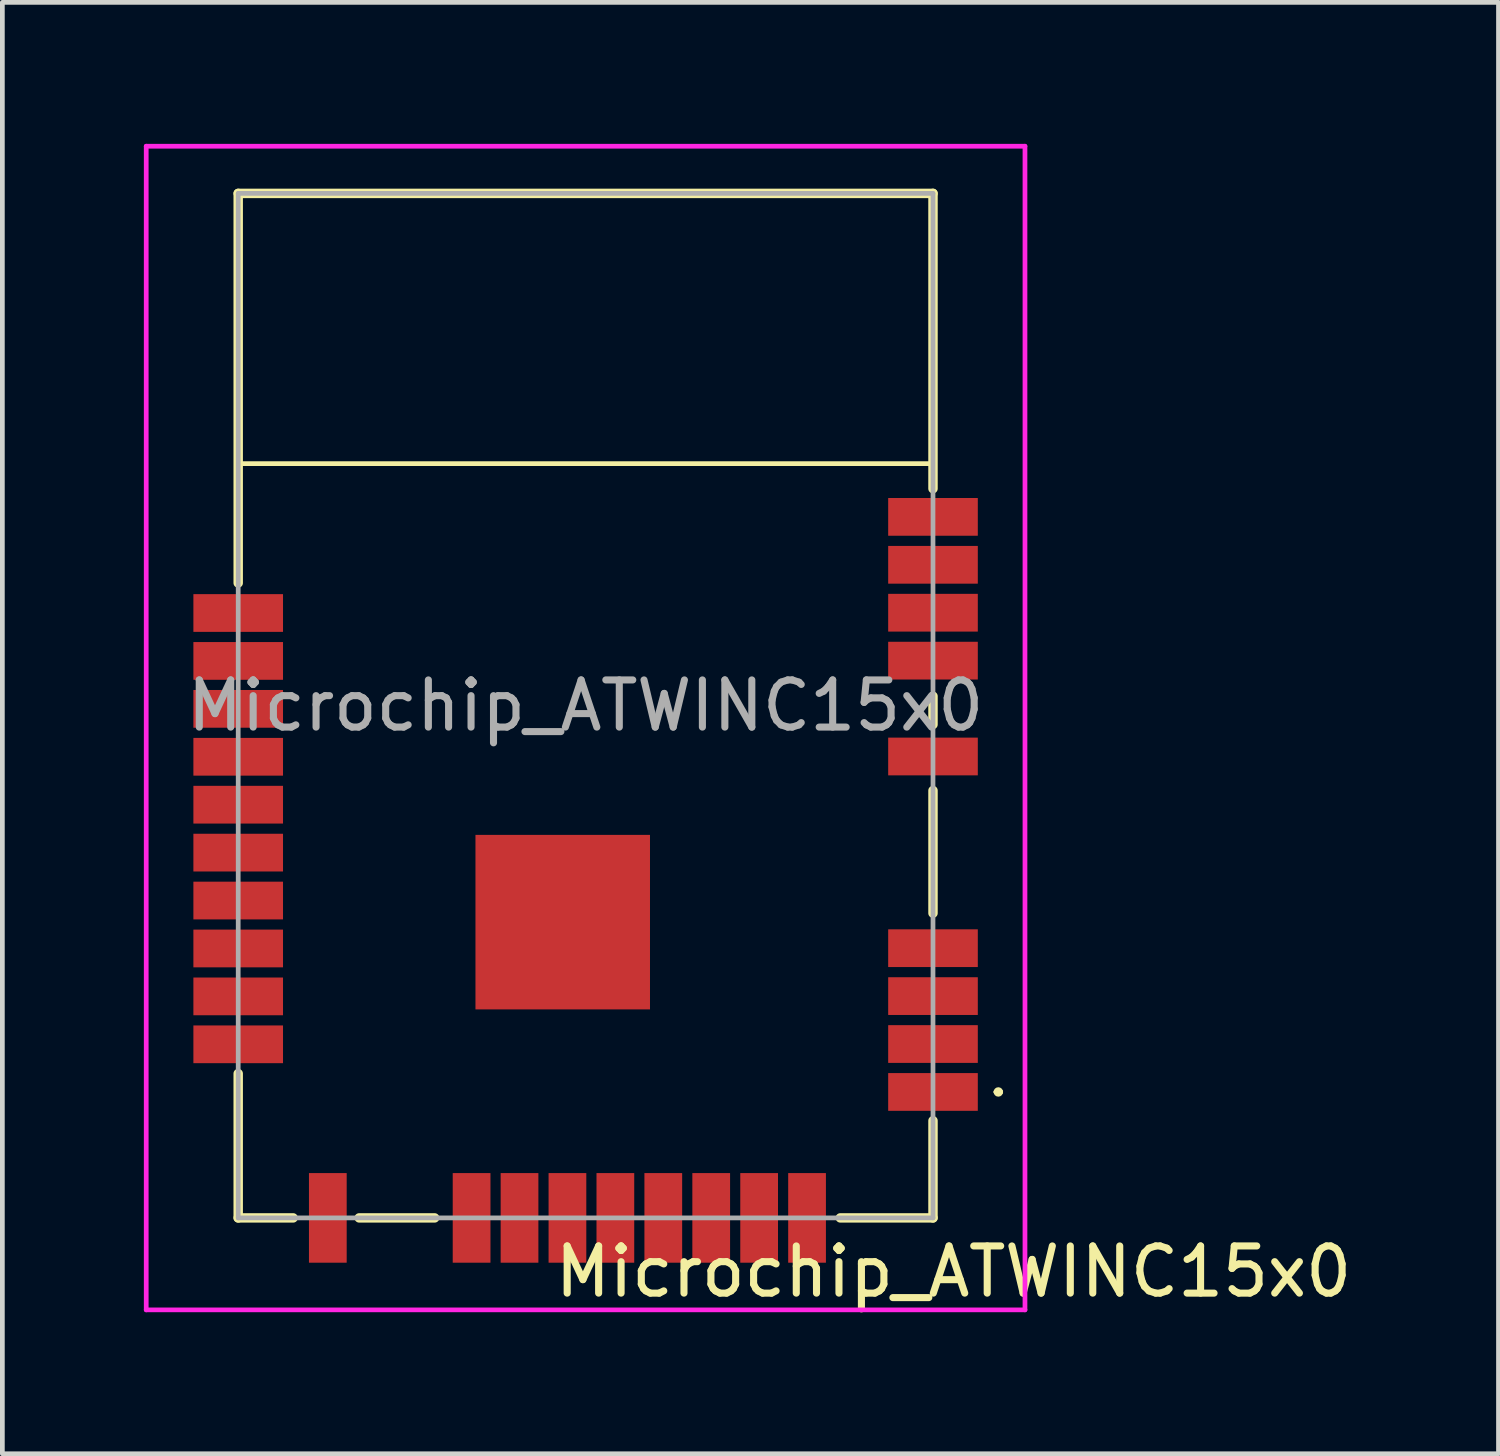
<source format=kicad_pcb>
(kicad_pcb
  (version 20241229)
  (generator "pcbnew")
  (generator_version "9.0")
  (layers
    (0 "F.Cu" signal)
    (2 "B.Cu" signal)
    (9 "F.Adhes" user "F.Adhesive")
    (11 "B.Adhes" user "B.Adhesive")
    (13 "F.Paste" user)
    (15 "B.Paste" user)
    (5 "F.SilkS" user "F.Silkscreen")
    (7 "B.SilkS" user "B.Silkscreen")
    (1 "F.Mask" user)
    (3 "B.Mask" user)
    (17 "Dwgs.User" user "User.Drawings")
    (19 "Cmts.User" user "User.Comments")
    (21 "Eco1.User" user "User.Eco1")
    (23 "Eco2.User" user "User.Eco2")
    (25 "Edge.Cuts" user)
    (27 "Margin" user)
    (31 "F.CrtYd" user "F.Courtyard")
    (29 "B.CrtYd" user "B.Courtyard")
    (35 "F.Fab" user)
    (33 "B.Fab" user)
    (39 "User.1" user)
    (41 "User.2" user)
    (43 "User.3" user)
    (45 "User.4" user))
  (footprint "Microchip_ATWINC15x0"
    (layer "F.Cu")
    (at 9.365 11.91)
    (property "Reference" "Microchip_ATWINC15x0" (at 7.8 12 0) (unlocked yes) (layer "F.SilkS") (effects (font (size 1 1) (thickness 0.15))))
    (attr smd)
    (fp_line (start -7.365 -10.86) (end 7.365 -10.86) (stroke (width 0.2) (type solid)) (layer "F.SilkS"))
    (fp_line (start -7.365 -2.6) (end -7.365 -10.86) (stroke (width 0.2) (type solid)) (layer "F.SilkS"))
    (fp_line (start -7.365 7.8) (end -7.365 10.86) (stroke (width 0.2) (type solid)) (layer "F.SilkS"))
    (fp_line (start -7.365 10.86) (end -6.2 10.86) (stroke (width 0.2) (type solid)) (layer "F.SilkS"))
    (fp_line (start -4.8 10.86) (end -3.2 10.86) (stroke (width 0.2) (type solid)) (layer "F.SilkS"))
    (fp_line (start 7.365 -10.86) (end 7.365 -4.6) (stroke (width 0.2) (type solid)) (layer "F.SilkS"))
    (fp_line (start 7.365 -0.2) (end 7.365 0.4) (stroke (width 0.2) (type solid)) (layer "F.SilkS"))
    (fp_line (start 7.365 1.8) (end 7.365 4.4) (stroke (width 0.2) (type solid)) (layer "F.SilkS"))
    (fp_line (start 7.365 8.8) (end 7.365 10.86) (stroke (width 0.2) (type solid)) (layer "F.SilkS"))
    (fp_line (start 7.365 10.86) (end 5.4 10.86) (stroke (width 0.2) (type solid)) (layer "F.SilkS"))
    (fp_line (start 7.366 -5.131) (end -7.366 -5.131) (stroke (width 0.1) (type default)) (layer "F.SilkS"))
    (fp_line (start 8.7 8.19) (end 8.7 8.19) (stroke (width 0.1) (type solid)) (layer "F.SilkS"))
    (fp_line (start 8.8 8.19) (end 8.8 8.19) (stroke (width 0.1) (type solid)) (layer "F.SilkS"))
    (fp_arc (start 8.7 8.19) (mid 8.75 8.14) (end 8.8 8.19) (stroke (width 0.1) (type solid)) (layer "F.SilkS"))
    (fp_arc (start 8.8 8.19) (mid 8.75 8.24) (end 8.7 8.19) (stroke (width 0.1) (type solid)) (layer "F.SilkS"))
    (fp_line (start -9.315 -11.86) (end 9.315 -11.86) (stroke (width 0.1) (type solid)) (layer "F.CrtYd"))
    (fp_line (start -9.315 12.81) (end -9.315 -11.86) (stroke (width 0.1) (type solid)) (layer "F.CrtYd"))
    (fp_line (start 9.315 -11.86) (end 9.315 12.81) (stroke (width 0.1) (type solid)) (layer "F.CrtYd"))
    (fp_line (start 9.315 12.81) (end -9.315 12.81) (stroke (width 0.1) (type solid)) (layer "F.CrtYd"))
    (fp_line (start -7.365 -10.86) (end -7.365 10.86) (stroke (width 0.1) (type solid)) (layer "F.Fab"))
    (fp_line (start -7.365 10.86) (end 7.365 10.86) (stroke (width 0.1) (type solid)) (layer "F.Fab"))
    (fp_line (start 7.365 -10.86) (end -7.365 -10.86) (stroke (width 0.1) (type solid)) (layer "F.Fab"))
    (fp_line (start 7.365 10.86) (end 7.365 -10.86) (stroke (width 0.1) (type solid)) (layer "F.Fab"))
    (fp_text user "${REFERENCE}" (at 0 0 0) (unlocked yes) (layer "F.Fab") (effects (font (size 1 1) (thickness 0.15))))
    (pad "1" smd rect (at 7.365 8.19 90) (size 0.8 1.9) (layers "F.Cu" "F.Mask" "F.Paste"))
    (pad "2" smd rect (at 7.365 7.174 90) (size 0.8 1.9) (layers "F.Cu" "F.Mask" "F.Paste"))
    (pad "3" smd rect (at 7.365 6.158 90) (size 0.8 1.9) (layers "F.Cu" "F.Mask" "F.Paste"))
    (pad "4" smd rect (at 7.365 5.142 90) (size 0.8 1.9) (layers "F.Cu" "F.Mask" "F.Paste"))
    (pad "5" smd rect (at 7.365 1.078 90) (size 0.8 1.9) (layers "F.Cu" "F.Mask" "F.Paste"))
    (pad "6" smd rect (at 7.365 -0.954 90) (size 0.8 1.9) (layers "F.Cu" "F.Mask" "F.Paste"))
    (pad "7" smd rect (at 7.365 -1.97 90) (size 0.8 1.9) (layers "F.Cu" "F.Mask" "F.Paste"))
    (pad "8" smd rect (at 7.365 -2.986 90) (size 0.8 1.9) (layers "F.Cu" "F.Mask" "F.Paste"))
    (pad "9" smd rect (at 7.365 -4.002 90) (size 0.8 1.9) (layers "F.Cu" "F.Mask" "F.Paste"))
    (pad "10" smd rect (at -7.365 -1.964 90) (size 0.8 1.9) (layers "F.Cu" "F.Mask" "F.Paste"))
    (pad "11" smd rect (at -7.365 -0.948 90) (size 0.8 1.9) (layers "F.Cu" "F.Mask" "F.Paste"))
    (pad "12" smd rect (at -7.365 0.068 90) (size 0.8 1.9) (layers "F.Cu" "F.Mask" "F.Paste"))
    (pad "13" smd rect (at -7.365 1.084 90) (size 0.8 1.9) (layers "F.Cu" "F.Mask" "F.Paste"))
    (pad "14" smd rect (at -7.365 2.1 90) (size 0.8 1.9) (layers "F.Cu" "F.Mask" "F.Paste"))
    (pad "15" smd rect (at -7.365 3.116 90) (size 0.8 1.9) (layers "F.Cu" "F.Mask" "F.Paste"))
    (pad "16" smd rect (at -7.365 4.132 90) (size 0.8 1.9) (layers "F.Cu" "F.Mask" "F.Paste"))
    (pad "17" smd rect (at -7.365 5.148 90) (size 0.8 1.9) (layers "F.Cu" "F.Mask" "F.Paste"))
    (pad "18" smd rect (at -7.365 6.164 90) (size 0.8 1.9) (layers "F.Cu" "F.Mask" "F.Paste"))
    (pad "19" smd rect (at -7.365 7.18 90) (size 0.8 1.9) (layers "F.Cu" "F.Mask" "F.Paste"))
    (pad "20" smd rect (at -5.465 10.86) (size 0.8 1.9) (layers "F.Cu" "F.Mask" "F.Paste"))
    (pad "21" smd rect (at -2.417 10.86) (size 0.8 1.9) (layers "F.Cu" "F.Mask" "F.Paste"))
    (pad "22" smd rect (at -1.401 10.86) (size 0.8 1.9) (layers "F.Cu" "F.Mask" "F.Paste"))
    (pad "23" smd rect (at -0.385 10.86) (size 0.8 1.9) (layers "F.Cu" "F.Mask" "F.Paste"))
    (pad "24" smd rect (at 0.631 10.86) (size 0.8 1.9) (layers "F.Cu" "F.Mask" "F.Paste"))
    (pad "25" smd rect (at 1.647 10.86) (size 0.8 1.9) (layers "F.Cu" "F.Mask" "F.Paste"))
    (pad "26" smd rect (at 2.663 10.86) (size 0.8 1.9) (layers "F.Cu" "F.Mask" "F.Paste"))
    (pad "27" smd rect (at 3.679 10.86) (size 0.8 1.9) (layers "F.Cu" "F.Mask" "F.Paste"))
    (pad "28" smd rect (at 4.695 10.86) (size 0.8 1.9) (layers "F.Cu" "F.Mask" "F.Paste"))
    (pad "29" smd rect (at -0.485 4.59) (size 3.7 3.7) (layers "F.Cu" "F.Mask" "F.Paste"))
    (zone (net_name "") (layers "F.Cu" "B.Cu") (hatch edge 0.5) (connect_pads) (min_thickness 0.25) (filled_areas_thickness no) (keepout (tracks not_allowed) (vias not_allowed) (pads not_allowed) (copperpour not_allowed) (footprints not_allowed)) (placement (enabled no)) (fill) (polygon (pts (xy 16.731 6.779) (xy 16.731 1.05) (xy 2 1.05) (xy 1.999 1.051) (xy 1.999 6.779)))))
  (gr_rect
    (start -3 -3)
    (end 28.719 27.77)
    (stroke (width 0.1) (type default))
    (fill no)
    (layer "Edge.Cuts")))
</source>
